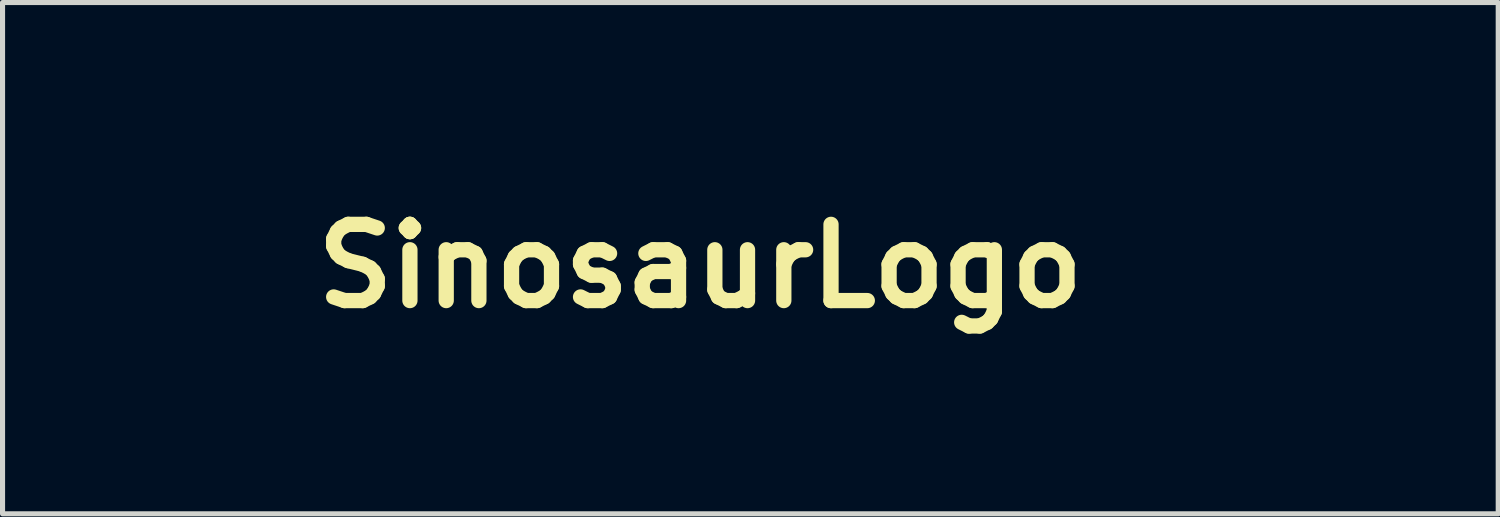
<source format=kicad_pcb>
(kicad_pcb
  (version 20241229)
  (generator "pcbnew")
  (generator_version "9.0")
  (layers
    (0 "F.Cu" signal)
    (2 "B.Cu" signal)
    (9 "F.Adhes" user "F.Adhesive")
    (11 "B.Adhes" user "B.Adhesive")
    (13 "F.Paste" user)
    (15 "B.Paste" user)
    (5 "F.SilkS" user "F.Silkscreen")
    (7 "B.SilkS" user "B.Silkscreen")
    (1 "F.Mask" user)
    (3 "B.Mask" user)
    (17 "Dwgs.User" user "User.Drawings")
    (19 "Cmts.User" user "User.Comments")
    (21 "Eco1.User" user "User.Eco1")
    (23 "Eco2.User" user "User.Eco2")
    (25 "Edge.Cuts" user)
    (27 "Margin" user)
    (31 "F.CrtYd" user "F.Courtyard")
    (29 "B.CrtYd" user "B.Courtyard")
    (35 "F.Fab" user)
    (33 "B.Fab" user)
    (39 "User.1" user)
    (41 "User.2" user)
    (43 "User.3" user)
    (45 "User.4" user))
  (footprint "SinosaurLogo"
    (layer "F.Cu")
    (at 10.73 2.186)
    (property "Reference" "SinosaurLogo" (at 0 0 0) (layer "F.SilkS") (effects (font (size 1.5 1.5) (thickness 0.3))))
    (attr board_only exclude_from_pos_files exclude_from_bom)
    (fp_poly (pts (xy -6.594 -0.973) (xy -6.624 -0.407) (xy -6.647 0.181) (xy -6.661 0.699) (xy -6.662 0.901) (xy -6.662 1.666) (xy -7.334 1.666) (xy -8.006 1.666) (xy -8.057 1.327) (xy -8.079 1.103) (xy -8.105 0.718) (xy -8.131 0.221) (xy -8.156 -0.342) (xy -8.163 -0.547) (xy -8.218 -2.082) (xy -7.372 -2.082) (xy -6.527 -2.082)) (stroke (width 0) (type solid)) (fill yes) (layer "F.Mask"))
    (fp_poly (pts (xy -3.418 -1.119) (xy -3.443 -0.541) (xy -3.479 0.098) (xy -3.517 0.673) (xy -3.522 0.744) (xy -3.591 1.644) (xy -4.424 1.021) (xy -5.257 0.398) (xy -5.35 1.032) (xy -5.405 1.379) (xy -5.465 1.569) (xy -5.561 1.648) (xy -5.725 1.665) (xy -5.78 1.666) (xy -6.119 1.666) (xy -6.186 0.286) (xy -6.216 -0.28) (xy -6.249 -0.818) (xy -6.282 -1.27) (xy -6.31 -1.575) (xy -6.311 -1.587) (xy -6.37 -2.082) (xy -5.756 -2.082) (xy -5.398 -2.071) (xy -5.16 -2.015) (xy -4.956 -1.879) (xy -4.736 -1.666) (xy -4.498 -1.437) (xy -4.311 -1.285) (xy -4.238 -1.249) (xy -4.196 -1.34) (xy -4.202 -1.566) (xy -4.216 -1.666) (xy -4.286 -2.082) (xy -3.835 -2.082) (xy -3.383 -2.082)) (stroke (width 0) (type solid)) (fill yes) (layer "F.Mask"))
    (fp_poly (pts (xy -1.253 -2.182) (xy -0.779 -2.038) (xy -0.367 -1.749) (xy -0.078 -1.351) (xy 0.062 -0.901) (xy 0.111 -0.35) (xy 0.072 0.216) (xy -0.055 0.713) (xy -0.133 0.882) (xy -0.488 1.337) (xy -0.925 1.636) (xy -1.409 1.768) (xy -1.902 1.72) (xy -2.293 1.535) (xy -2.684 1.152) (xy -2.959 0.639) (xy -3.106 0.045) (xy -3.107 -0.009) (xy -1.949 -0.009) (xy -1.928 0.354) (xy -1.83 0.681) (xy -1.762 0.79) (xy -1.555 0.926) (xy -1.34 0.857) (xy -1.203 0.706) (xy -1.088 0.43) (xy -1.045 0.092) (xy -1.078 -0.219) (xy -1.166 -0.396) (xy -1.408 -0.513) (xy -1.677 -0.478) (xy -1.877 -0.305) (xy -1.881 -0.298) (xy -1.949 -0.009) (xy -3.107 -0.009) (xy -3.115 -0.581) (xy -2.975 -1.188) (xy -2.919 -1.325) (xy -2.623 -1.754) (xy -2.218 -2.04) (xy -1.747 -2.183)) (stroke (width 0) (type solid)) (fill yes) (layer "F.Mask"))
    (fp_poly (pts (xy -8.851 -2.153) (xy -8.613 -2.03) (xy -8.484 -1.783) (xy -8.435 -1.379) (xy -8.432 -1.193) (xy -8.439 -0.833) (xy -8.467 -0.641) (xy -8.527 -0.578) (xy -8.603 -0.593) (xy -8.804 -0.571) (xy -8.911 -0.472) (xy -8.983 -0.32) (xy -8.958 -0.139) (xy -8.844 0.113) (xy -8.661 0.62) (xy -8.66 1.046) (xy -8.831 1.373) (xy -9.164 1.586) (xy -9.65 1.665) (xy -9.678 1.666) (xy -9.978 1.655) (xy -10.14 1.595) (xy -10.232 1.443) (xy -10.282 1.291) (xy -10.347 1.049) (xy -10.33 0.957) (xy -10.217 0.963) (xy -10.185 0.971) (xy -9.887 0.988) (xy -9.717 0.874) (xy -9.682 0.67) (xy -9.787 0.414) (xy -10.039 0.145) (xy -10.053 0.135) (xy -10.466 -0.287) (xy -10.689 -0.727) (xy -10.73 -1.158) (xy -10.601 -1.549) (xy -10.312 -1.87) (xy -9.874 -2.092) (xy -9.297 -2.185) (xy -9.223 -2.186)) (stroke (width 0) (type solid)) (fill yes) (layer "F.Mask"))
    (fp_poly (pts (xy 2.184 -2.153) (xy 2.421 -2.03) (xy 2.551 -1.783) (xy 2.6 -1.379) (xy 2.602 -1.193) (xy 2.596 -0.833) (xy 2.568 -0.641) (xy 2.507 -0.578) (xy 2.431 -0.593) (xy 2.23 -0.571) (xy 2.124 -0.472) (xy 2.051 -0.32) (xy 2.076 -0.139) (xy 2.191 0.113) (xy 2.373 0.62) (xy 2.374 1.046) (xy 2.204 1.373) (xy 1.871 1.586) (xy 1.384 1.665) (xy 1.357 1.666) (xy 1.056 1.655) (xy 0.895 1.595) (xy 0.803 1.443) (xy 0.753 1.291) (xy 0.687 1.049) (xy 0.704 0.957) (xy 0.818 0.963) (xy 0.849 0.971) (xy 1.147 0.988) (xy 1.317 0.874) (xy 1.353 0.67) (xy 1.247 0.414) (xy 0.996 0.145) (xy 0.982 0.135) (xy 0.568 -0.287) (xy 0.346 -0.727) (xy 0.305 -1.158) (xy 0.434 -1.549) (xy 0.723 -1.87) (xy 1.161 -2.092) (xy 1.737 -2.185) (xy 1.811 -2.186)) (stroke (width 0) (type solid)) (fill yes) (layer "F.Mask"))
    (fp_poly (pts (xy 8.679 -2.082) (xy 9.291 -2.082) (xy 9.226 -1.757) (xy 9.202 -1.535) (xy 9.182 -1.154) (xy 9.168 -0.662) (xy 9.161 -0.107) (xy 9.161 0.054) (xy 9.161 0.663) (xy 9.15 1.096) (xy 9.105 1.384) (xy 9.006 1.559) (xy 8.834 1.653) (xy 8.566 1.698) (xy 8.182 1.725) (xy 8.068 1.733) (xy 7.616 1.749) (xy 7.295 1.714) (xy 7.031 1.619) (xy 6.982 1.595) (xy 6.688 1.409) (xy 6.461 1.183) (xy 6.291 0.886) (xy 6.166 0.487) (xy 6.073 -0.046) (xy 6.002 -0.744) (xy 5.977 -1.067) (xy 5.904 -2.082) (xy 6.699 -2.082) (xy 7.495 -2.082) (xy 7.497 -0.651) (xy 7.503 -0.119) (xy 7.518 0.341) (xy 7.54 0.689) (xy 7.567 0.881) (xy 7.575 0.9) (xy 7.733 1.017) (xy 7.859 1.057) (xy 7.939 1.061) (xy 7.995 1.023) (xy 8.032 0.912) (xy 8.054 0.699) (xy 8.064 0.352) (xy 8.067 -0.157) (xy 8.068 -0.495) (xy 8.068 -2.082)) (stroke (width 0) (type solid)) (fill yes) (layer "F.Mask"))
    (fp_poly (pts (xy 11.556 -2.064) (xy 12.081 -1.853) (xy 12.453 -1.529) (xy 12.66 -1.1) (xy 12.7 -0.76) (xy 12.647 -0.268) (xy 12.469 0.108) (xy 12.21 0.377) (xy 11.948 0.599) (xy 12.32 1.009) (xy 12.691 1.42) (xy 12.224 1.647) (xy 11.945 1.778) (xy 11.751 1.86) (xy 11.703 1.874) (xy 11.622 1.792) (xy 11.494 1.593) (xy 11.472 1.554) (xy 11.268 1.2) (xy 11.14 1.022) (xy 11.069 1.01) (xy 11.041 1.153) (xy 11.038 1.275) (xy 11.034 1.666) (xy 10.367 1.666) (xy 9.7 1.666) (xy 9.642 0.807) (xy 9.608 0.285) (xy 9.58 -0.173) (xy 11.034 -0.173) (xy 11.052 0.082) (xy 11.096 0.235) (xy 11.1 0.239) (xy 11.235 0.251) (xy 11.421 0.16) (xy 11.564 0.015) (xy 11.584 -0.025) (xy 11.574 -0.257) (xy 11.428 -0.452) (xy 11.239 -0.52) (xy 11.095 -0.476) (xy 11.039 -0.306) (xy 11.034 -0.173) (xy 9.58 -0.173) (xy 9.57 -0.33) (xy 9.535 -0.924) (xy 9.527 -1.053) (xy 9.471 -2.055) (xy 10.101 -2.126) (xy 10.892 -2.158)) (stroke (width 0) (type solid)) (fill yes) (layer "F.Mask"))
    (fp_poly (pts (xy 4.63 -2.064) (xy 4.879 -2.008) (xy 4.938 -1.952) (xy 4.973 -1.812) (xy 5.048 -1.505) (xy 5.153 -1.067) (xy 5.279 -0.535) (xy 5.386 -0.078) (xy 5.797 1.666) (xy 5.084 1.666) (xy 4.694 1.656) (xy 4.472 1.622) (xy 4.381 1.554) (xy 4.372 1.509) (xy 4.329 1.374) (xy 4.187 1.398) (xy 4.01 1.515) (xy 3.849 1.609) (xy 3.726 1.558) (xy 3.622 1.434) (xy 3.44 1.197) (xy 3.438 1.431) (xy 3.403 1.591) (xy 3.263 1.656) (xy 3.071 1.666) (xy 2.83 1.641) (xy 2.71 1.581) (xy 2.707 1.568) (xy 2.73 1.434) (xy 2.794 1.141) (xy 2.841 0.937) (xy 3.552 0.937) (xy 3.852 0.937) (xy 4.085 0.911) (xy 4.202 0.855) (xy 4.195 0.718) (xy 4.116 0.47) (xy 4.071 0.361) (xy 3.889 -0.052) (xy 3.72 0.443) (xy 3.552 0.937) (xy 2.841 0.937) (xy 2.89 0.73) (xy 3.006 0.242) (xy 3.018 0.195) (xy 3.146 -0.346) (xy 3.26 -0.865) (xy 3.348 -1.301) (xy 3.396 -1.581) (xy 3.462 -2.082) (xy 4.181 -2.082)) (stroke (width 0) (type solid)) (fill yes) (layer "F.Mask")))
  (gr_rect
    (start -3 -3)
    (end 26.43 7.06)
    (stroke (width 0.1) (type default))
    (fill no)
    (layer "Edge.Cuts")))
</source>
